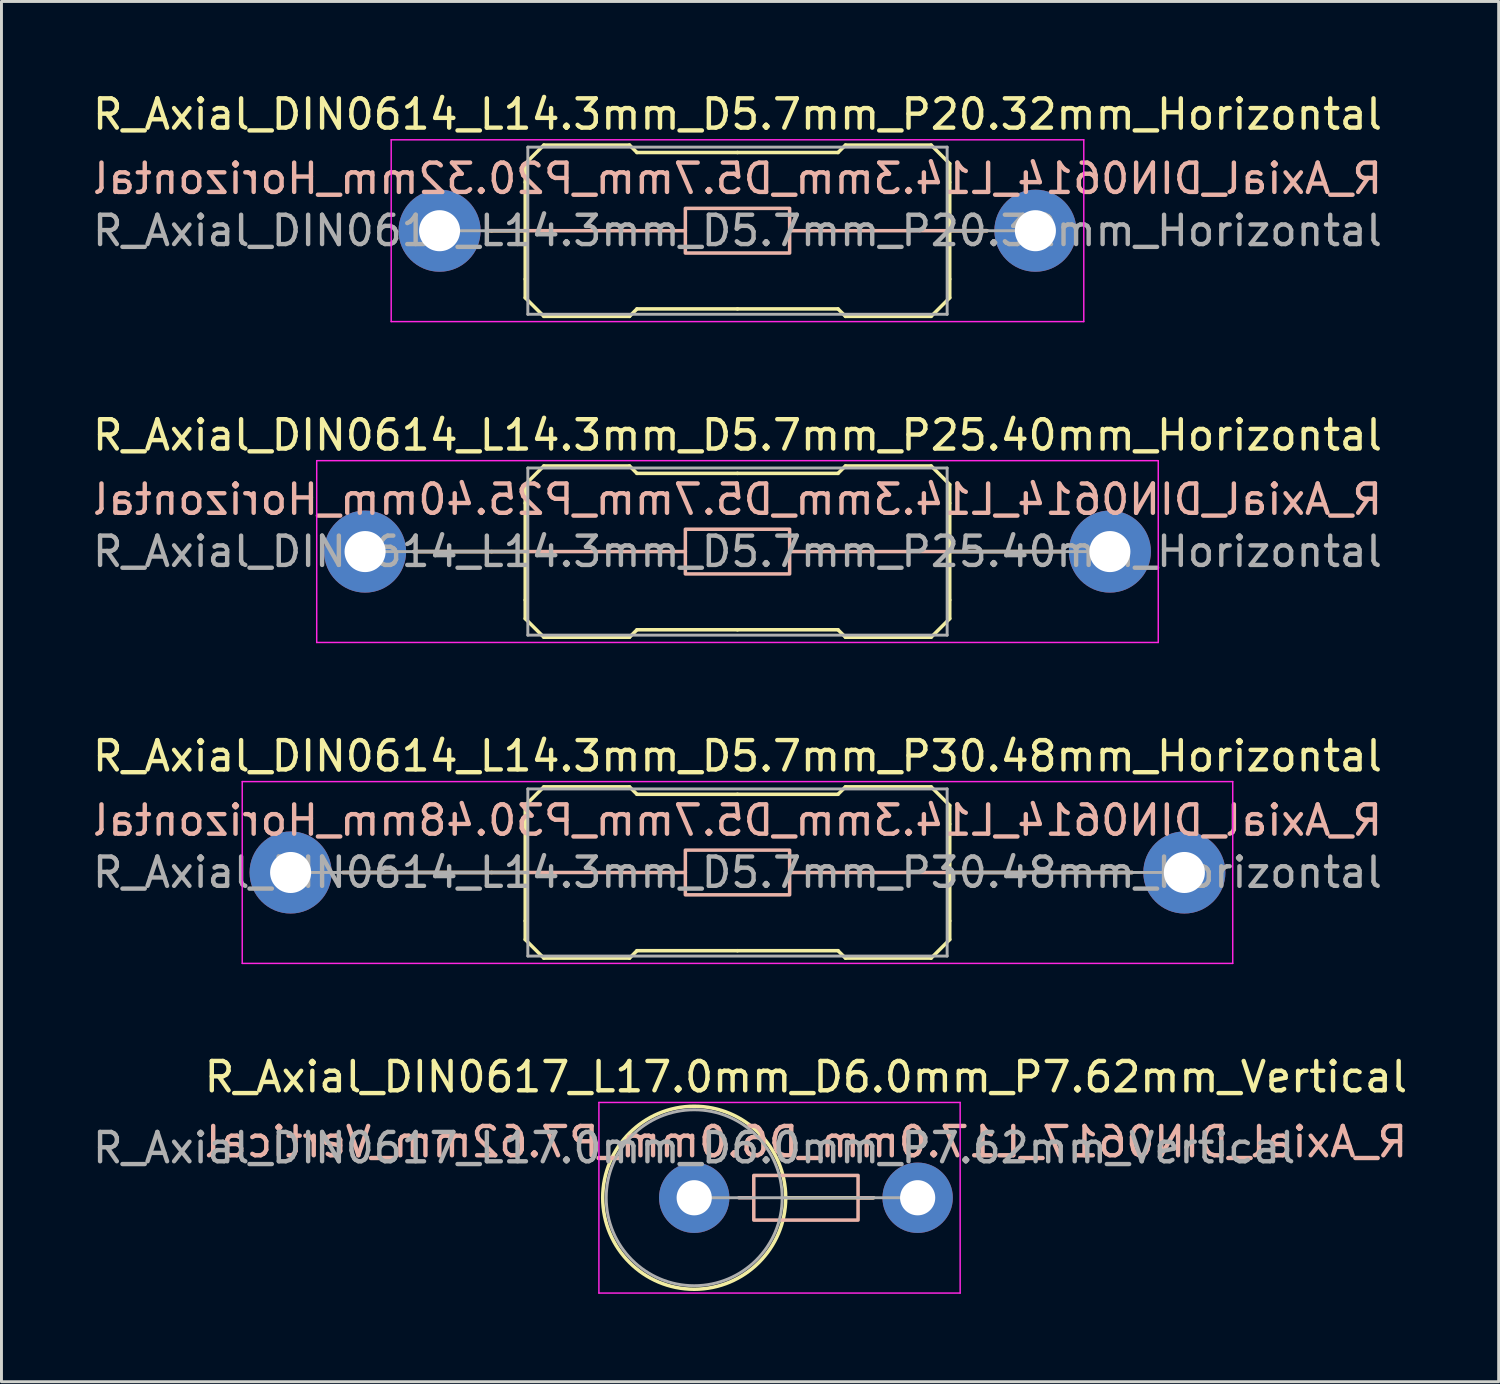
<source format=kicad_pcb>
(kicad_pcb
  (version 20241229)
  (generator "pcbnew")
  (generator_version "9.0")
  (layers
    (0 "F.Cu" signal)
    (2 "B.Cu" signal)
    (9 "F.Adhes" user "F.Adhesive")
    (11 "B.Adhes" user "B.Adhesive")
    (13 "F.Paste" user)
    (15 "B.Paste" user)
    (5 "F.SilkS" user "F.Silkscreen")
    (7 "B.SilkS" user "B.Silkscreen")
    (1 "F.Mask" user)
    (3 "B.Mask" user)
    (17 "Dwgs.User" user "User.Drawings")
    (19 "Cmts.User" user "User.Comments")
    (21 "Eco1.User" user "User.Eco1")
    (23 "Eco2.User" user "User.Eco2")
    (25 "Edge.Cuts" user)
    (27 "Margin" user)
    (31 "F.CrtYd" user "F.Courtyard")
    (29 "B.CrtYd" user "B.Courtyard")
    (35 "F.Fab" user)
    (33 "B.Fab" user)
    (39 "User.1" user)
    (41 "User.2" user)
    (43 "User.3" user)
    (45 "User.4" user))
  (footprint "R_Axial_DIN0617_L17.0mm_D6.0mm_P7.62mm_Vertical"
    (layer "F.Cu")
    (at 20.625 37.798)
    (property "Reference" "R_Axial_DIN0617_L17.0mm_D6.0mm_P7.62mm_Vertical" (at 3.81 -4.12 0) (layer "F.SilkS") (effects (font (size 1 1) (thickness 0.15))))
    (fp_line (start 3.12 0) (end 6.12 0) (stroke (width 0.12) (type solid)) (layer "F.SilkS"))
    (fp_circle (center 0 0) (end 3.12 0) (stroke (width 0.12) (type solid)) (fill no) (layer "F.SilkS"))
    (fp_line (start 2.032 0) (end 1.524 0) (stroke (width 0.12) (type solid)) (layer "B.SilkS"))
    (fp_line (start 5.588 0) (end 6.096 0) (stroke (width 0.12) (type solid)) (layer "B.SilkS"))
    (fp_rect (start 2.032 -0.762) (end 5.588 0.762) (stroke (width 0.12) (type solid)) (fill no) (layer "B.SilkS"))
    (fp_line (start -3.25 -3.25) (end -3.25 3.25) (stroke (width 0.05) (type solid)) (layer "F.CrtYd"))
    (fp_line (start -3.25 3.25) (end 9.07 3.25) (stroke (width 0.05) (type solid)) (layer "F.CrtYd"))
    (fp_line (start 9.07 -3.25) (end -3.25 -3.25) (stroke (width 0.05) (type solid)) (layer "F.CrtYd"))
    (fp_line (start 9.07 3.25) (end 9.07 -3.25) (stroke (width 0.05) (type solid)) (layer "F.CrtYd"))
    (fp_line (start 0 0) (end 7.62 0) (stroke (width 0.1) (type solid)) (layer "F.Fab"))
    (fp_circle (center 0 0) (end 3 0) (stroke (width 0.1) (type solid)) (fill no) (layer "F.Fab"))
    (fp_text user "${REFERENCE}" (at 3.81 -1.905 0) (layer "B.SilkS") (effects (font (size 1 1) (thickness 0.15)) (justify mirror)))
    (fp_text user "${REFERENCE}" (at 0 -1.7 0) (layer "F.Fab") (effects (font (size 1 1) (thickness 0.15))))
    (pad "1" thru_hole circle (at 0 0) (size 2.4 2.4) (drill 1.2) (layers "*.Cu" "*.Mask"))
    (pad "2" thru_hole oval (at 7.62 0) (size 2.4 2.4) (drill 1.2) (layers "*.Cu" "*.Mask")))
  (footprint "R_Axial_DIN0614_L14.3mm_D5.7mm_P25.40mm_Horizontal"
    (layer "F.Cu")
    (at 9.401 15.761)
    (property "Reference" "R_Axial_DIN0614_L14.3mm_D5.7mm_P25.40mm_Horizontal" (at 12.7 -3.97 0) (layer "F.SilkS") (effects (font (size 1 1) (thickness 0.15))))
    (fp_line (start 4.318 0) (end 1.651 0) (stroke (width 0.12) (type solid)) (layer "F.SilkS"))
    (fp_line (start 4.318 0) (end 5.461 0) (stroke (width 0.12) (type solid)) (layer "F.SilkS"))
    (fp_line (start 5.461 -2.286) (end 5.461 -1.651) (stroke (width 0.12) (type solid)) (layer "F.SilkS"))
    (fp_line (start 5.461 -2.286) (end 6.096 -2.921) (stroke (width 0.12) (type solid)) (layer "F.SilkS"))
    (fp_line (start 5.461 1.651) (end 5.461 -1.651) (stroke (width 0.12) (type solid)) (layer "F.SilkS"))
    (fp_line (start 5.461 2.286) (end 5.461 1.651) (stroke (width 0.12) (type solid)) (layer "F.SilkS"))
    (fp_line (start 5.461 2.286) (end 6.096 2.921) (stroke (width 0.12) (type solid)) (layer "F.SilkS"))
    (fp_line (start 6.096 -2.921) (end 9.017 -2.921) (stroke (width 0.12) (type solid)) (layer "F.SilkS"))
    (fp_line (start 6.096 2.921) (end 9.017 2.921) (stroke (width 0.12) (type solid)) (layer "F.SilkS"))
    (fp_line (start 9.017 -2.921) (end 9.271 -2.667) (stroke (width 0.12) (type solid)) (layer "F.SilkS"))
    (fp_line (start 9.017 2.921) (end 9.271 2.667) (stroke (width 0.12) (type solid)) (layer "F.SilkS"))
    (fp_line (start 9.271 -2.667) (end 12.7 -2.667) (stroke (width 0.12) (type solid)) (layer "F.SilkS"))
    (fp_line (start 9.271 2.667) (end 12.7 2.667) (stroke (width 0.12) (type solid)) (layer "F.SilkS"))
    (fp_line (start 16.129 -2.667) (end 12.7 -2.667) (stroke (width 0.12) (type solid)) (layer "F.SilkS"))
    (fp_line (start 16.129 2.667) (end 12.7 2.667) (stroke (width 0.12) (type solid)) (layer "F.SilkS"))
    (fp_line (start 16.383 -2.921) (end 16.129 -2.667) (stroke (width 0.12) (type solid)) (layer "F.SilkS"))
    (fp_line (start 16.383 2.921) (end 16.129 2.667) (stroke (width 0.12) (type solid)) (layer "F.SilkS"))
    (fp_line (start 19.304 -2.921) (end 16.383 -2.921) (stroke (width 0.12) (type solid)) (layer "F.SilkS"))
    (fp_line (start 19.304 2.921) (end 16.383 2.921) (stroke (width 0.12) (type solid)) (layer "F.SilkS"))
    (fp_line (start 19.939 -2.286) (end 19.304 -2.921) (stroke (width 0.12) (type solid)) (layer "F.SilkS"))
    (fp_line (start 19.939 -2.286) (end 19.939 -1.651) (stroke (width 0.12) (type solid)) (layer "F.SilkS"))
    (fp_line (start 19.939 0) (end 23.749 0) (stroke (width 0.12) (type solid)) (layer "F.SilkS"))
    (fp_line (start 19.939 1.651) (end 19.939 -1.651) (stroke (width 0.12) (type solid)) (layer "F.SilkS"))
    (fp_line (start 19.939 2.286) (end 19.304 2.921) (stroke (width 0.12) (type solid)) (layer "F.SilkS"))
    (fp_line (start 19.939 2.286) (end 19.939 1.651) (stroke (width 0.12) (type solid)) (layer "F.SilkS"))
    (fp_line (start 10.922 0) (end 1.651 0) (stroke (width 0.12) (type solid)) (layer "B.SilkS"))
    (fp_line (start 14.478 0) (end 23.749 0) (stroke (width 0.12) (type solid)) (layer "B.SilkS"))
    (fp_rect (start 10.922 -0.762) (end 14.478 0.762) (stroke (width 0.12) (type solid)) (fill no) (layer "B.SilkS"))
    (fp_line (start -1.65 -3.1) (end -1.65 3.1) (stroke (width 0.05) (type solid)) (layer "F.CrtYd"))
    (fp_line (start -1.65 3.1) (end 27.05 3.1) (stroke (width 0.05) (type solid)) (layer "F.CrtYd"))
    (fp_line (start 27.05 -3.1) (end -1.65 -3.1) (stroke (width 0.05) (type solid)) (layer "F.CrtYd"))
    (fp_line (start 27.05 3.1) (end 27.05 -3.1) (stroke (width 0.05) (type solid)) (layer "F.CrtYd"))
    (fp_line (start 0 0) (end 5.55 0) (stroke (width 0.1) (type solid)) (layer "F.Fab"))
    (fp_line (start 5.55 -2.85) (end 5.55 2.85) (stroke (width 0.1) (type solid)) (layer "F.Fab"))
    (fp_line (start 5.55 2.85) (end 19.85 2.85) (stroke (width 0.1) (type solid)) (layer "F.Fab"))
    (fp_line (start 19.85 -2.85) (end 5.55 -2.85) (stroke (width 0.1) (type solid)) (layer "F.Fab"))
    (fp_line (start 19.85 2.85) (end 19.85 -2.85) (stroke (width 0.1) (type solid)) (layer "F.Fab"))
    (fp_line (start 25.4 0) (end 19.85 0) (stroke (width 0.1) (type solid)) (layer "F.Fab"))
    (fp_text user "${REFERENCE}" (at 12.7 -1.778 0) (layer "B.SilkS") (effects (font (size 1 1) (thickness 0.15)) (justify mirror)))
    (fp_text user "${REFERENCE}" (at 12.7 0 0) (layer "F.Fab") (effects (font (size 1 1) (thickness 0.15))))
    (pad "1" thru_hole circle (at 0 0) (size 2.8 2.8) (drill 1.4) (layers "*.Cu" "*.Mask"))
    (pad "2" thru_hole oval (at 25.4 0) (size 2.8 2.8) (drill 1.4) (layers "*.Cu" "*.Mask")))
  (footprint "R_Axial_DIN0614_L14.3mm_D5.7mm_P30.48mm_Horizontal"
    (layer "F.Cu")
    (at 6.861 26.705)
    (property "Reference" "R_Axial_DIN0614_L14.3mm_D5.7mm_P30.48mm_Horizontal" (at 15.24 -3.97 0) (layer "F.SilkS") (effects (font (size 1 1) (thickness 0.15))))
    (fp_line (start 6.858 0) (end 1.778 0) (stroke (width 0.12) (type solid)) (layer "F.SilkS"))
    (fp_line (start 6.858 0) (end 8.001 0) (stroke (width 0.12) (type solid)) (layer "F.SilkS"))
    (fp_line (start 8.001 -2.286) (end 8.001 -1.651) (stroke (width 0.12) (type solid)) (layer "F.SilkS"))
    (fp_line (start 8.001 -2.286) (end 8.636 -2.921) (stroke (width 0.12) (type solid)) (layer "F.SilkS"))
    (fp_line (start 8.001 1.651) (end 8.001 -1.651) (stroke (width 0.12) (type solid)) (layer "F.SilkS"))
    (fp_line (start 8.001 2.286) (end 8.001 1.651) (stroke (width 0.12) (type solid)) (layer "F.SilkS"))
    (fp_line (start 8.001 2.286) (end 8.636 2.921) (stroke (width 0.12) (type solid)) (layer "F.SilkS"))
    (fp_line (start 8.636 -2.921) (end 11.557 -2.921) (stroke (width 0.12) (type solid)) (layer "F.SilkS"))
    (fp_line (start 8.636 2.921) (end 11.557 2.921) (stroke (width 0.12) (type solid)) (layer "F.SilkS"))
    (fp_line (start 11.557 -2.921) (end 11.811 -2.667) (stroke (width 0.12) (type solid)) (layer "F.SilkS"))
    (fp_line (start 11.557 2.921) (end 11.811 2.667) (stroke (width 0.12) (type solid)) (layer "F.SilkS"))
    (fp_line (start 11.811 -2.667) (end 15.24 -2.667) (stroke (width 0.12) (type solid)) (layer "F.SilkS"))
    (fp_line (start 11.811 2.667) (end 15.24 2.667) (stroke (width 0.12) (type solid)) (layer "F.SilkS"))
    (fp_line (start 18.669 -2.667) (end 15.24 -2.667) (stroke (width 0.12) (type solid)) (layer "F.SilkS"))
    (fp_line (start 18.669 2.667) (end 15.24 2.667) (stroke (width 0.12) (type solid)) (layer "F.SilkS"))
    (fp_line (start 18.923 -2.921) (end 18.669 -2.667) (stroke (width 0.12) (type solid)) (layer "F.SilkS"))
    (fp_line (start 18.923 2.921) (end 18.669 2.667) (stroke (width 0.12) (type solid)) (layer "F.SilkS"))
    (fp_line (start 21.844 -2.921) (end 18.923 -2.921) (stroke (width 0.12) (type solid)) (layer "F.SilkS"))
    (fp_line (start 21.844 2.921) (end 18.923 2.921) (stroke (width 0.12) (type solid)) (layer "F.SilkS"))
    (fp_line (start 22.479 -2.286) (end 21.844 -2.921) (stroke (width 0.12) (type solid)) (layer "F.SilkS"))
    (fp_line (start 22.479 -2.286) (end 22.479 -1.651) (stroke (width 0.12) (type solid)) (layer "F.SilkS"))
    (fp_line (start 22.479 0) (end 28.702 0) (stroke (width 0.12) (type solid)) (layer "F.SilkS"))
    (fp_line (start 22.479 1.651) (end 22.479 -1.651) (stroke (width 0.12) (type solid)) (layer "F.SilkS"))
    (fp_line (start 22.479 2.286) (end 21.844 2.921) (stroke (width 0.12) (type solid)) (layer "F.SilkS"))
    (fp_line (start 22.479 2.286) (end 22.479 1.651) (stroke (width 0.12) (type solid)) (layer "F.SilkS"))
    (fp_line (start 13.462 0) (end 1.778 0) (stroke (width 0.12) (type solid)) (layer "B.SilkS"))
    (fp_line (start 17.018 0) (end 28.702 0) (stroke (width 0.12) (type solid)) (layer "B.SilkS"))
    (fp_rect (start 13.462 -0.762) (end 17.018 0.762) (stroke (width 0.12) (type solid)) (fill no) (layer "B.SilkS"))
    (fp_line (start -1.65 -3.1) (end -1.65 3.1) (stroke (width 0.05) (type solid)) (layer "F.CrtYd"))
    (fp_line (start -1.65 3.1) (end 32.13 3.1) (stroke (width 0.05) (type solid)) (layer "F.CrtYd"))
    (fp_line (start 32.13 -3.1) (end -1.65 -3.1) (stroke (width 0.05) (type solid)) (layer "F.CrtYd"))
    (fp_line (start 32.13 3.1) (end 32.13 -3.1) (stroke (width 0.05) (type solid)) (layer "F.CrtYd"))
    (fp_line (start 0 0) (end 8.09 0) (stroke (width 0.1) (type solid)) (layer "F.Fab"))
    (fp_line (start 8.09 -2.85) (end 8.09 2.85) (stroke (width 0.1) (type solid)) (layer "F.Fab"))
    (fp_line (start 8.09 2.85) (end 22.39 2.85) (stroke (width 0.1) (type solid)) (layer "F.Fab"))
    (fp_line (start 22.39 -2.85) (end 8.09 -2.85) (stroke (width 0.1) (type solid)) (layer "F.Fab"))
    (fp_line (start 22.39 2.85) (end 22.39 -2.85) (stroke (width 0.1) (type solid)) (layer "F.Fab"))
    (fp_line (start 30.48 0) (end 22.39 0) (stroke (width 0.1) (type solid)) (layer "F.Fab"))
    (fp_text user "${REFERENCE}" (at 15.24 -1.778 0) (layer "B.SilkS") (effects (font (size 1 1) (thickness 0.15)) (justify mirror)))
    (fp_text user "${REFERENCE}" (at 15.24 0 0) (layer "F.Fab") (effects (font (size 1 1) (thickness 0.15))))
    (pad "1" thru_hole circle (at 0 0) (size 2.8 2.8) (drill 1.4) (layers "*.Cu" "*.Mask"))
    (pad "2" thru_hole oval (at 30.48 0) (size 2.8 2.8) (drill 1.4) (layers "*.Cu" "*.Mask")))
  (footprint "R_Axial_DIN0614_L14.3mm_D5.7mm_P20.32mm_Horizontal"
    (layer "F.Cu")
    (at 11.941 4.818)
    (property "Reference" "R_Axial_DIN0614_L14.3mm_D5.7mm_P20.32mm_Horizontal" (at 10.16 -3.97 0) (layer "F.SilkS") (effects (font (size 1 1) (thickness 0.15))))
    (fp_line (start 1.778 0) (end 1.651 0) (stroke (width 0.12) (type solid)) (layer "F.SilkS"))
    (fp_line (start 1.778 0) (end 2.921 0) (stroke (width 0.12) (type solid)) (layer "F.SilkS"))
    (fp_line (start 2.921 -2.286) (end 2.921 -1.651) (stroke (width 0.12) (type solid)) (layer "F.SilkS"))
    (fp_line (start 2.921 -2.286) (end 3.556 -2.921) (stroke (width 0.12) (type solid)) (layer "F.SilkS"))
    (fp_line (start 2.921 1.651) (end 2.921 -1.651) (stroke (width 0.12) (type solid)) (layer "F.SilkS"))
    (fp_line (start 2.921 2.286) (end 2.921 1.651) (stroke (width 0.12) (type solid)) (layer "F.SilkS"))
    (fp_line (start 2.921 2.286) (end 3.556 2.921) (stroke (width 0.12) (type solid)) (layer "F.SilkS"))
    (fp_line (start 3.556 -2.921) (end 6.477 -2.921) (stroke (width 0.12) (type solid)) (layer "F.SilkS"))
    (fp_line (start 3.556 2.921) (end 6.477 2.921) (stroke (width 0.12) (type solid)) (layer "F.SilkS"))
    (fp_line (start 6.477 -2.921) (end 6.731 -2.667) (stroke (width 0.12) (type solid)) (layer "F.SilkS"))
    (fp_line (start 6.477 2.921) (end 6.731 2.667) (stroke (width 0.12) (type solid)) (layer "F.SilkS"))
    (fp_line (start 6.731 -2.667) (end 10.16 -2.667) (stroke (width 0.12) (type solid)) (layer "F.SilkS"))
    (fp_line (start 6.731 2.667) (end 10.16 2.667) (stroke (width 0.12) (type solid)) (layer "F.SilkS"))
    (fp_line (start 13.589 -2.667) (end 10.16 -2.667) (stroke (width 0.12) (type solid)) (layer "F.SilkS"))
    (fp_line (start 13.589 2.667) (end 10.16 2.667) (stroke (width 0.12) (type solid)) (layer "F.SilkS"))
    (fp_line (start 13.843 -2.921) (end 13.589 -2.667) (stroke (width 0.12) (type solid)) (layer "F.SilkS"))
    (fp_line (start 13.843 2.921) (end 13.589 2.667) (stroke (width 0.12) (type solid)) (layer "F.SilkS"))
    (fp_line (start 16.764 -2.921) (end 13.843 -2.921) (stroke (width 0.12) (type solid)) (layer "F.SilkS"))
    (fp_line (start 16.764 2.921) (end 13.843 2.921) (stroke (width 0.12) (type solid)) (layer "F.SilkS"))
    (fp_line (start 17.399 -2.286) (end 16.764 -2.921) (stroke (width 0.12) (type solid)) (layer "F.SilkS"))
    (fp_line (start 17.399 -2.286) (end 17.399 -1.651) (stroke (width 0.12) (type solid)) (layer "F.SilkS"))
    (fp_line (start 17.399 0) (end 18.669 0) (stroke (width 0.12) (type solid)) (layer "F.SilkS"))
    (fp_line (start 17.399 1.651) (end 17.399 -1.651) (stroke (width 0.12) (type solid)) (layer "F.SilkS"))
    (fp_line (start 17.399 2.286) (end 16.764 2.921) (stroke (width 0.12) (type solid)) (layer "F.SilkS"))
    (fp_line (start 17.399 2.286) (end 17.399 1.651) (stroke (width 0.12) (type solid)) (layer "F.SilkS"))
    (fp_line (start 8.382 0) (end 1.651 0) (stroke (width 0.12) (type solid)) (layer "B.SilkS"))
    (fp_line (start 11.938 0) (end 18.669 0) (stroke (width 0.12) (type solid)) (layer "B.SilkS"))
    (fp_rect (start 8.382 -0.762) (end 11.938 0.762) (stroke (width 0.12) (type solid)) (fill no) (layer "B.SilkS"))
    (fp_line (start -1.65 -3.1) (end -1.65 3.1) (stroke (width 0.05) (type solid)) (layer "F.CrtYd"))
    (fp_line (start -1.65 3.1) (end 21.97 3.1) (stroke (width 0.05) (type solid)) (layer "F.CrtYd"))
    (fp_line (start 21.97 -3.1) (end -1.65 -3.1) (stroke (width 0.05) (type solid)) (layer "F.CrtYd"))
    (fp_line (start 21.97 3.1) (end 21.97 -3.1) (stroke (width 0.05) (type solid)) (layer "F.CrtYd"))
    (fp_line (start 0 0) (end 3.01 0) (stroke (width 0.1) (type solid)) (layer "F.Fab"))
    (fp_line (start 3.01 -2.85) (end 3.01 2.85) (stroke (width 0.1) (type solid)) (layer "F.Fab"))
    (fp_line (start 3.01 2.85) (end 17.31 2.85) (stroke (width 0.1) (type solid)) (layer "F.Fab"))
    (fp_line (start 17.31 -2.85) (end 3.01 -2.85) (stroke (width 0.1) (type solid)) (layer "F.Fab"))
    (fp_line (start 17.31 2.85) (end 17.31 -2.85) (stroke (width 0.1) (type solid)) (layer "F.Fab"))
    (fp_line (start 20.32 0) (end 17.31 0) (stroke (width 0.1) (type solid)) (layer "F.Fab"))
    (fp_text user "${REFERENCE}" (at 10.16 -1.778 0) (layer "B.SilkS") (effects (font (size 1 1) (thickness 0.15)) (justify mirror)))
    (fp_text user "${REFERENCE}" (at 10.16 0 0) (layer "F.Fab") (effects (font (size 1 1) (thickness 0.15))))
    (pad "1" thru_hole circle (at 0 0) (size 2.8 2.8) (drill 1.4) (layers "*.Cu" "*.Mask"))
    (pad "2" thru_hole oval (at 20.32 0) (size 2.8 2.8) (drill 1.4) (layers "*.Cu" "*.Mask")))
  (gr_rect
    (start -3 -3)
    (end 48.06 44.073)
    (stroke (width 0.1) (type default))
    (fill no)
    (layer "Edge.Cuts")))
</source>
